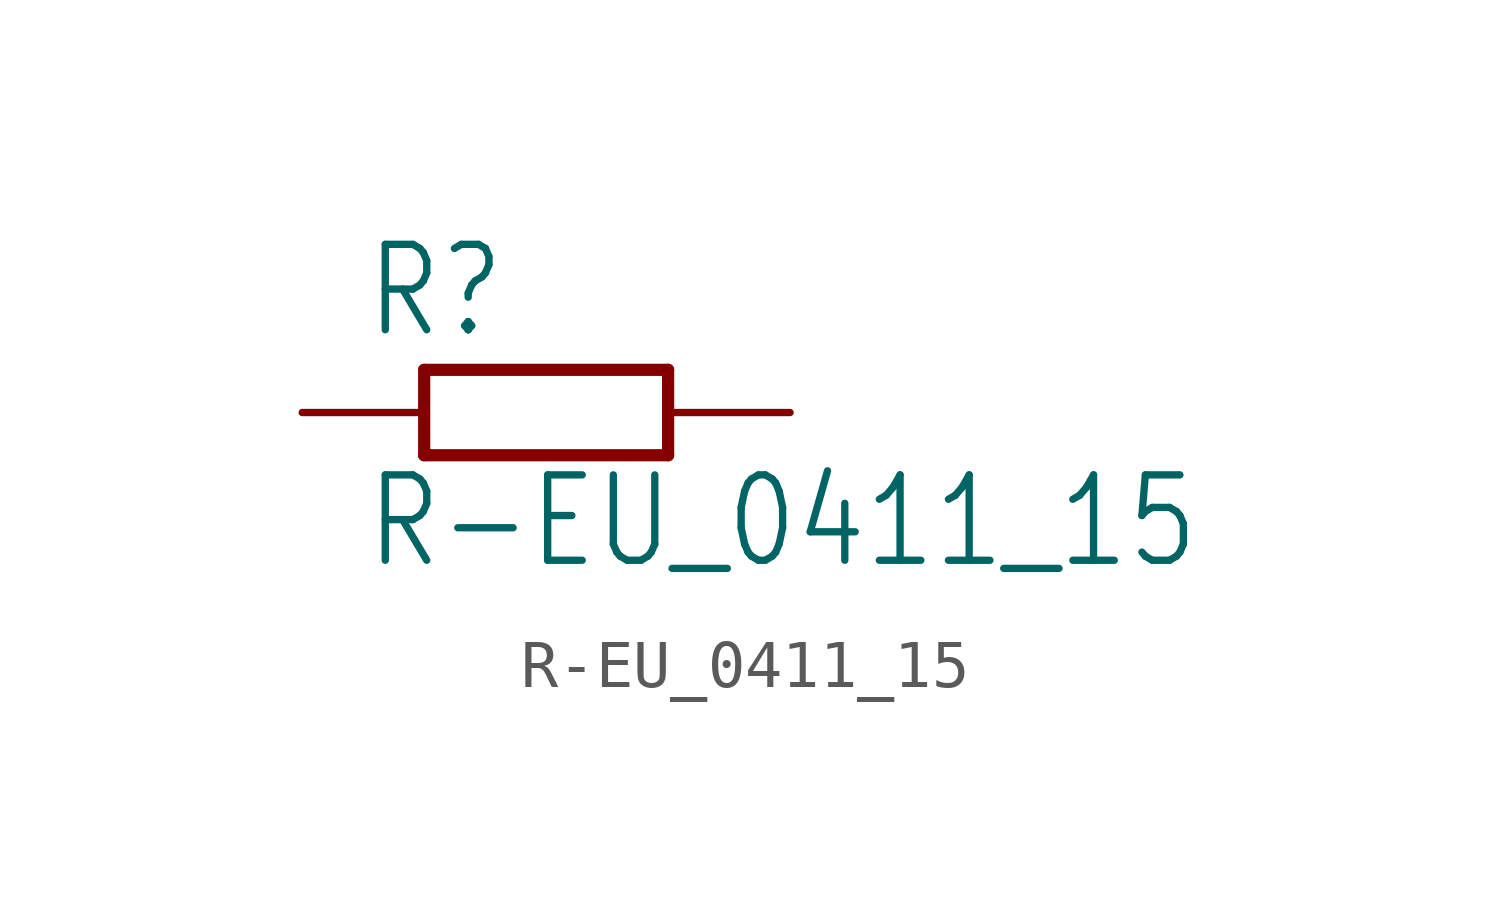
<source format=kicad_sym>
(kicad_symbol_lib
  (version 20201005)
  (generator kicad_symbol_editor)
  (symbol "R-EU_0411_15"
    (property "Reference" "R"
      (at -3.81 1.499 0)
      (effects (font (size 1.778 1.511)) (justify left bottom)))
    (property "Value" "R-EU_0411_15"
      (at -3.81 -3.302 0)
      (effects (font (size 1.778 1.511)) (justify left bottom)))
    (property "ki_locked" ""
      (at 0 0 0)
      (effects (font (size 1.27 1.27))))
    (symbol "R-EU_0411_15_1_0"
      (polyline (pts (xy -2.54 -0.889) (xy 2.54 -0.889)) (stroke (width 0.254)) (fill (type none)))
      (polyline (pts (xy 2.54 0.889) (xy -2.54 0.889)) (stroke (width 0.254)) (fill (type none)))
      (polyline (pts (xy 2.54 -0.889) (xy 2.54 0.889)) (stroke (width 0.254)) (fill (type none)))
      (polyline (pts (xy -2.54 -0.889) (xy -2.54 0.889)) (stroke (width 0.254)) (fill (type none)))
      (pin passive line (at 5.08 0 180) (length 2.54) (name "2" (effects (font (size 0 0)))) (number "2" (effects (font (size 0 0)))))
      (pin passive line (at -5.08 0 0) (length 2.54) (name "1" (effects (font (size 0 0)))) (number "1" (effects (font (size 0 0))))))))
</source>
